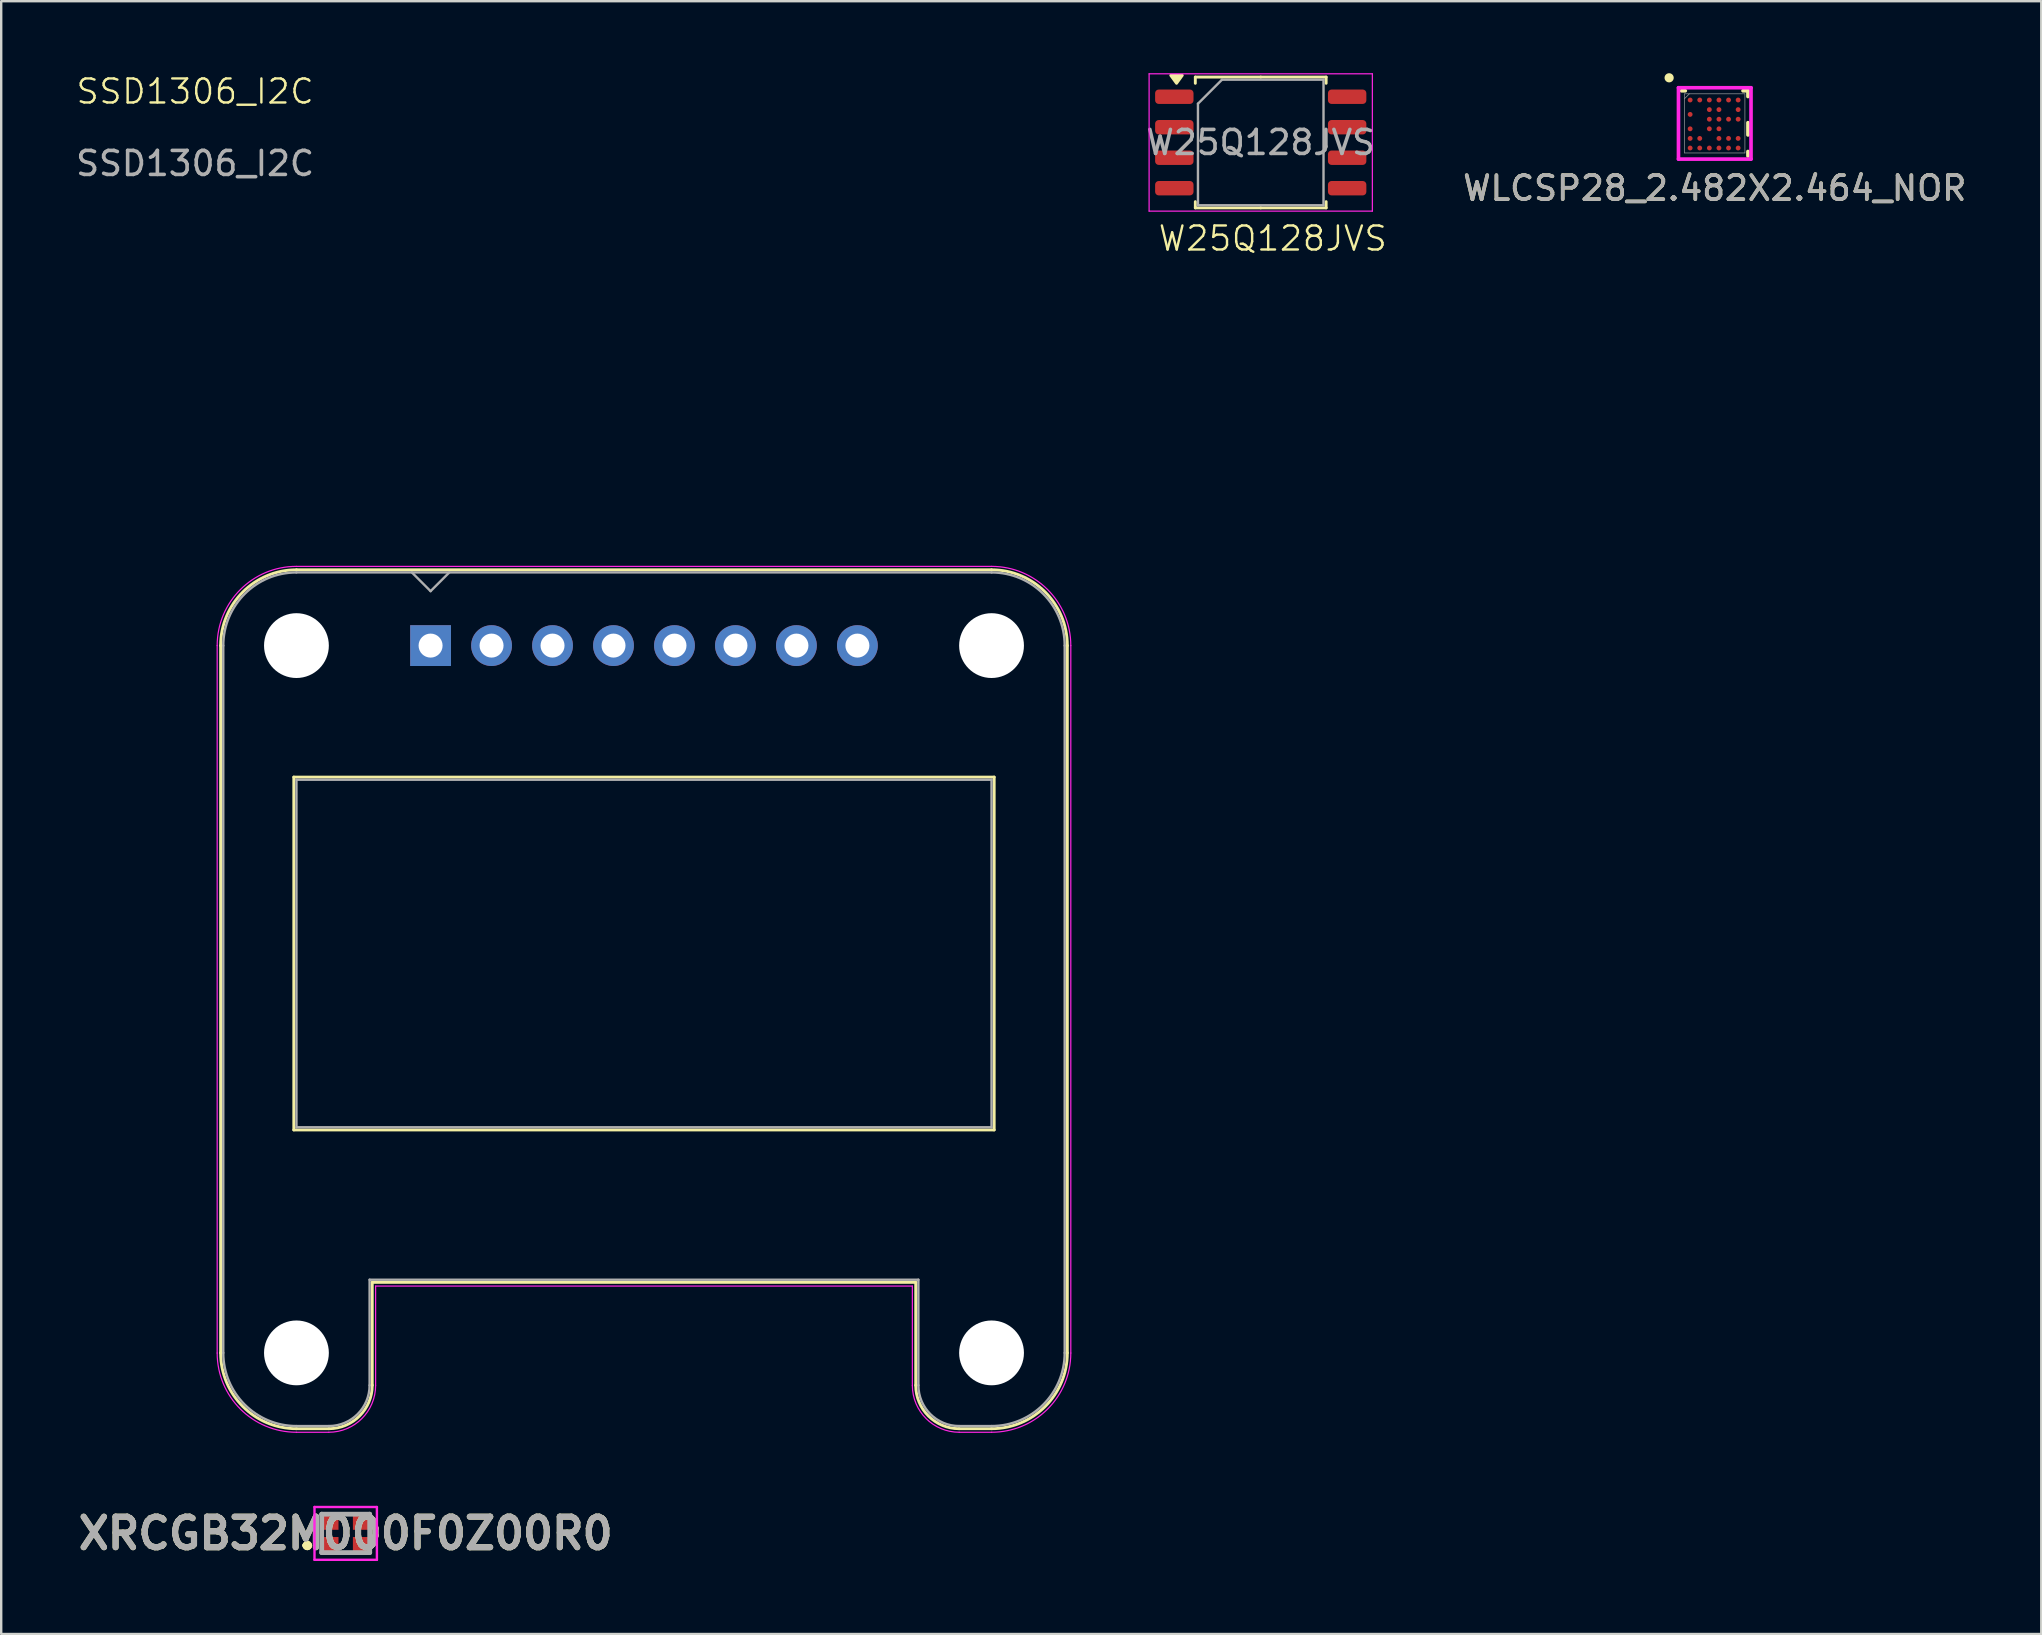
<source format=kicad_pcb>
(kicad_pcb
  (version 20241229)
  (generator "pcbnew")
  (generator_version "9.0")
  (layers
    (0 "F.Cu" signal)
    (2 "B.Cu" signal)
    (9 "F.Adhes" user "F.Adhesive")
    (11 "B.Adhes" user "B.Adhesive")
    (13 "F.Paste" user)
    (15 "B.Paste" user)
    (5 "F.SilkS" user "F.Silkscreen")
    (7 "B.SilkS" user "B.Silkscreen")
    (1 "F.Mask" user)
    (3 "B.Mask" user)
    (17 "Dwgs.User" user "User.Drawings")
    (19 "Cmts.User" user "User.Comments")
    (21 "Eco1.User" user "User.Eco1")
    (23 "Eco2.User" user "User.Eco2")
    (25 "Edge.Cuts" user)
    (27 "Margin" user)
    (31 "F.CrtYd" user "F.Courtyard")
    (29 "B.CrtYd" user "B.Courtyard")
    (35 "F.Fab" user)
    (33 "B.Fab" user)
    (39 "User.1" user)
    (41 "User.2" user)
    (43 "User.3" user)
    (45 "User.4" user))
  (footprint "W25Q128JVS"
    (layer "F.Cu")
    (at 49.469 2.885)
    (property "Reference" "W25Q128JVS" (at 0.5 4 0) (unlocked yes) (layer "F.SilkS") (effects (font (size 1 1) (thickness 0.1))))
    (attr smd)
    (fp_line (start -2.725 -2.725) (end -2.725 -2.465) (stroke (width 0.12) (type solid)) (layer "F.SilkS"))
    (fp_line (start -2.725 2.725) (end -2.725 2.465) (stroke (width 0.12) (type solid)) (layer "F.SilkS"))
    (fp_line (start 0 -2.725) (end -2.725 -2.725) (stroke (width 0.12) (type solid)) (layer "F.SilkS"))
    (fp_line (start 0 -2.725) (end 2.725 -2.725) (stroke (width 0.12) (type solid)) (layer "F.SilkS"))
    (fp_line (start 0 2.725) (end -2.725 2.725) (stroke (width 0.12) (type solid)) (layer "F.SilkS"))
    (fp_line (start 0 2.725) (end 2.725 2.725) (stroke (width 0.12) (type solid)) (layer "F.SilkS"))
    (fp_line (start 2.725 -2.725) (end 2.725 -2.465) (stroke (width 0.12) (type solid)) (layer "F.SilkS"))
    (fp_line (start 2.725 2.725) (end 2.725 2.465) (stroke (width 0.12) (type solid)) (layer "F.SilkS"))
    (fp_poly (pts (xy -3.507 -2.465) (xy -3.748 -2.795) (xy -3.268 -2.795) (xy -3.507 -2.465)) (stroke (width 0.12) (type solid)) (fill yes) (layer "F.SilkS"))
    (fp_line (start -4.65 -2.86) (end -4.65 2.86) (stroke (width 0.05) (type solid)) (layer "F.CrtYd"))
    (fp_line (start -4.65 2.86) (end 4.65 2.86) (stroke (width 0.05) (type solid)) (layer "F.CrtYd"))
    (fp_line (start 4.65 -2.86) (end -4.65 -2.86) (stroke (width 0.05) (type solid)) (layer "F.CrtYd"))
    (fp_line (start 4.65 2.86) (end 4.65 -2.86) (stroke (width 0.05) (type solid)) (layer "F.CrtYd"))
    (fp_line (start -2.615 -1.615) (end -1.615 -2.615) (stroke (width 0.1) (type solid)) (layer "F.Fab"))
    (fp_line (start -2.615 2.615) (end -2.615 -1.615) (stroke (width 0.1) (type solid)) (layer "F.Fab"))
    (fp_line (start -1.615 -2.615) (end 2.615 -2.615) (stroke (width 0.1) (type solid)) (layer "F.Fab"))
    (fp_line (start 2.615 -2.615) (end 2.615 2.615) (stroke (width 0.1) (type solid)) (layer "F.Fab"))
    (fp_line (start 2.615 2.615) (end -2.615 2.615) (stroke (width 0.1) (type solid)) (layer "F.Fab"))
    (fp_text user "${REFERENCE}" (at 0 0 0) (unlocked yes) (layer "F.Fab") (effects (font (size 1 1) (thickness 0.15))))
    (pad "1" smd roundrect (at -3.6 -1.905) (size 1.6 0.6) (layers "F.Cu" "F.Mask" "F.Paste") (roundrect_rratio 0.25))
    (pad "2" smd roundrect (at -3.6 -0.635) (size 1.6 0.6) (layers "F.Cu" "F.Mask" "F.Paste") (roundrect_rratio 0.25))
    (pad "3" smd roundrect (at -3.6 0.635) (size 1.6 0.6) (layers "F.Cu" "F.Mask" "F.Paste") (roundrect_rratio 0.25))
    (pad "4" smd roundrect (at -3.6 1.905) (size 1.6 0.6) (layers "F.Cu" "F.Mask" "F.Paste") (roundrect_rratio 0.25))
    (pad "5" smd roundrect (at 3.6 1.905) (size 1.6 0.6) (layers "F.Cu" "F.Mask" "F.Paste") (roundrect_rratio 0.25))
    (pad "6" smd roundrect (at 3.6 0.635) (size 1.6 0.6) (layers "F.Cu" "F.Mask" "F.Paste") (roundrect_rratio 0.25))
    (pad "7" smd roundrect (at 3.6 -0.635) (size 1.6 0.6) (layers "F.Cu" "F.Mask" "F.Paste") (roundrect_rratio 0.25))
    (pad "8" smd roundrect (at 3.6 -1.905) (size 1.6 0.6) (layers "F.Cu" "F.Mask" "F.Paste") (roundrect_rratio 0.25)))
  (footprint "SSD1306_I2C"
    (layer "F.Cu")
    (at 23.777 18.86)
    (property "Reference" "SSD1306_I2C" (at -18.7 -18.1 0) (unlocked yes) (layer "F.SilkS") (effects (font (size 1 1) (thickness 0.1))))
    (attr through_hole)
    (fp_line (start -17.636 4.984) (end -17.636 34.448) (stroke (width 0.12) (type solid)) (layer "F.SilkS"))
    (fp_line (start -14.588 10.462) (end -14.588 25.16) (stroke (width 0.12) (type solid)) (layer "F.SilkS"))
    (fp_line (start -14.588 10.462) (end 14.588 10.462) (stroke (width 0.12) (type solid)) (layer "F.SilkS"))
    (fp_line (start -14.588 25.16) (end 14.588 25.16) (stroke (width 0.12) (type solid)) (layer "F.SilkS"))
    (fp_line (start -13.128 37.606) (end -14.48 37.606) (stroke (width 0.12) (type solid)) (layer "F.SilkS"))
    (fp_line (start -11.32 31.51) (end -11.32 35.798) (stroke (width 0.12) (type solid)) (layer "F.SilkS"))
    (fp_line (start -11.32 31.51) (end 11.32 31.51) (stroke (width 0.12) (type solid)) (layer "F.SilkS"))
    (fp_line (start 11.32 31.51) (end 11.32 35.798) (stroke (width 0.12) (type solid)) (layer "F.SilkS"))
    (fp_line (start 13.128 37.606) (end 14.48 37.606) (stroke (width 0.12) (type solid)) (layer "F.SilkS"))
    (fp_line (start 14.478 1.826) (end -14.478 1.826) (stroke (width 0.12) (type solid)) (layer "F.SilkS"))
    (fp_line (start 14.588 10.462) (end 14.588 25.16) (stroke (width 0.12) (type solid)) (layer "F.SilkS"))
    (fp_line (start 17.636 4.984) (end 17.636 34.448) (stroke (width 0.12) (type solid)) (layer "F.SilkS"))
    (fp_arc (start -17.636 4.984) (mid -16.711043 2.750957) (end -14.478 1.826) (stroke (width 0.12) (type solid)) (layer "F.SilkS"))
    (fp_arc (start -14.478 37.606) (mid -16.711043 36.681043) (end -17.636 34.448) (stroke (width 0.12) (type solid)) (layer "F.SilkS"))
    (fp_arc (start -11.32 35.796) (mid -11.848137 37.075034) (end -13.126 37.606) (stroke (width 0.12) (type solid)) (layer "F.SilkS"))
    (fp_arc (start 13.126 37.606) (mid 11.848185 37.075015) (end 11.32 35.796) (stroke (width 0.12) (type solid)) (layer "F.SilkS"))
    (fp_arc (start 14.478 1.826) (mid 16.711041 2.750958) (end 17.636 4.984) (stroke (width 0.12) (type solid)) (layer "F.SilkS"))
    (fp_arc (start 17.636 34.448) (mid 16.711043 36.681043) (end 14.478 37.606) (stroke (width 0.12) (type solid)) (layer "F.SilkS"))
    (fp_line (start -17.78 4.984) (end -17.78 34.454) (stroke (width 0.05) (type solid)) (layer "F.CrtYd"))
    (fp_line (start -13.13 37.754) (end -14.48 37.754) (stroke (width 0.05) (type solid)) (layer "F.CrtYd"))
    (fp_line (start -11.18 31.664) (end -11.18 35.804) (stroke (width 0.05) (type solid)) (layer "F.CrtYd"))
    (fp_line (start -11.18 31.664) (end 11.18 31.664) (stroke (width 0.05) (type solid)) (layer "F.CrtYd"))
    (fp_line (start 11.18 31.664) (end 11.18 35.804) (stroke (width 0.05) (type solid)) (layer "F.CrtYd"))
    (fp_line (start 13.13 37.754) (end 14.48 37.754) (stroke (width 0.05) (type solid)) (layer "F.CrtYd"))
    (fp_line (start 14.48 1.684) (end -14.48 1.684) (stroke (width 0.05) (type solid)) (layer "F.CrtYd"))
    (fp_line (start 17.78 4.984) (end 17.78 34.454) (stroke (width 0.05) (type solid)) (layer "F.CrtYd"))
    (fp_arc (start -17.78 4.984) (mid -16.813452 2.650548) (end -14.48 1.684) (stroke (width 0.05) (type solid)) (layer "F.CrtYd"))
    (fp_arc (start -14.48 37.754) (mid -16.813452 36.787452) (end -17.78 34.454) (stroke (width 0.05) (type solid)) (layer "F.CrtYd"))
    (fp_arc (start -11.18 35.804) (mid -11.751142 37.182858) (end -13.13 37.754) (stroke (width 0.05) (type solid)) (layer "F.CrtYd"))
    (fp_arc (start 13.13 37.754) (mid 11.75119 37.182838) (end 11.18 35.804) (stroke (width 0.05) (type solid)) (layer "F.CrtYd"))
    (fp_arc (start 14.48 1.684) (mid 16.81345 2.650548) (end 17.78 4.984) (stroke (width 0.05) (type solid)) (layer "F.CrtYd"))
    (fp_arc (start 17.78 34.454) (mid 16.813452 36.787452) (end 14.48 37.754) (stroke (width 0.05) (type solid)) (layer "F.CrtYd"))
    (fp_line (start -17.526 4.984) (end -17.526 34.448) (stroke (width 0.1) (type solid)) (layer "F.Fab"))
    (fp_line (start -14.478 10.572) (end -14.478 25.05) (stroke (width 0.1) (type solid)) (layer "F.Fab"))
    (fp_line (start -14.478 10.572) (end 14.478 10.572) (stroke (width 0.1) (type solid)) (layer "F.Fab"))
    (fp_line (start -14.478 25.05) (end 14.478 25.05) (stroke (width 0.1) (type solid)) (layer "F.Fab"))
    (fp_line (start -13.128 37.496) (end -14.48 37.496) (stroke (width 0.1) (type solid)) (layer "F.Fab"))
    (fp_line (start -11.43 31.4) (end -11.43 35.798) (stroke (width 0.1) (type solid)) (layer "F.Fab"))
    (fp_line (start -11.43 31.4) (end 11.43 31.4) (stroke (width 0.1) (type solid)) (layer "F.Fab"))
    (fp_line (start -9.67 1.936) (end -8.89 2.716) (stroke (width 0.1) (type solid)) (layer "F.Fab"))
    (fp_line (start -8.89 2.716) (end -8.11 1.936) (stroke (width 0.1) (type solid)) (layer "F.Fab"))
    (fp_line (start 11.43 31.4) (end 11.43 35.798) (stroke (width 0.1) (type solid)) (layer "F.Fab"))
    (fp_line (start 13.128 37.496) (end 14.48 37.496) (stroke (width 0.1) (type solid)) (layer "F.Fab"))
    (fp_line (start 14.478 1.936) (end -14.478 1.936) (stroke (width 0.1) (type solid)) (layer "F.Fab"))
    (fp_line (start 14.478 10.572) (end 14.478 25.05) (stroke (width 0.1) (type solid)) (layer "F.Fab"))
    (fp_line (start 17.526 4.984) (end 17.526 34.448) (stroke (width 0.1) (type solid)) (layer "F.Fab"))
    (fp_arc (start -17.526 4.986) (mid -16.634676 2.830153) (end -14.48 1.936) (stroke (width 0.1) (type solid)) (layer "F.Fab"))
    (fp_arc (start -14.48 37.496) (mid -16.634678 36.601848) (end -17.526 34.446) (stroke (width 0.1) (type solid)) (layer "F.Fab"))
    (fp_arc (start -11.43 35.796) (mid -11.925919 36.997253) (end -13.126 37.496) (stroke (width 0.1) (type solid)) (layer "F.Fab"))
    (fp_arc (start 13.126 37.496) (mid 11.925967 36.997233) (end 11.43 35.796) (stroke (width 0.1) (type solid)) (layer "F.Fab"))
    (fp_arc (start 14.478 1.936) (mid 16.633259 2.828739) (end 17.526 4.984) (stroke (width 0.1) (type solid)) (layer "F.Fab"))
    (fp_arc (start 17.526 34.448) (mid 16.633261 36.603261) (end 14.478 37.496) (stroke (width 0.1) (type solid)) (layer "F.Fab"))
    (fp_text user "${REFERENCE}" (at -18.7 -15.1 0) (unlocked yes) (layer "F.Fab") (effects (font (size 1 1) (thickness 0.15))))
    (pad "" np_thru_hole circle (at -14.478 4.984) (size 2.7 2.7) (drill 2.7) (layers "*.Cu" "*.Mask"))
    (pad "" np_thru_hole circle (at -14.478 34.448) (size 2.7 2.7) (drill 2.7) (layers "*.Cu" "*.Mask"))
    (pad "" np_thru_hole circle (at 14.478 4.984) (size 2.7 2.7) (drill 2.7) (layers "*.Cu" "*.Mask"))
    (pad "" np_thru_hole circle (at 14.478 34.448) (size 2.7 2.7) (drill 2.7) (layers "*.Cu" "*.Mask"))
    (pad "1" thru_hole rect (at -8.89 4.984) (size 1.7 1.7) (drill 1) (layers "*.Cu" "*.Mask"))
    (pad "2" thru_hole circle (at -6.35 4.984) (size 1.7 1.7) (drill 1) (layers "*.Cu" "*.Mask"))
    (pad "3" thru_hole circle (at -3.81 4.984) (size 1.7 1.7) (drill 1) (layers "*.Cu" "*.Mask"))
    (pad "4" thru_hole circle (at -1.27 4.984) (size 1.7 1.7) (drill 1) (layers "*.Cu" "*.Mask"))
    (pad "5" thru_hole circle (at 1.27 4.984) (size 1.7 1.7) (drill 1) (layers "*.Cu" "*.Mask"))
    (pad "6" thru_hole circle (at 3.81 4.984) (size 1.7 1.7) (drill 1) (layers "*.Cu" "*.Mask"))
    (pad "7" thru_hole circle (at 6.35 4.984) (size 1.7 1.7) (drill 1) (layers "*.Cu" "*.Mask"))
    (pad "8" thru_hole circle (at 8.89 4.984) (size 1.7 1.7) (drill 1) (layers "*.Cu" "*.Mask")))
  (footprint "XRCGB32M000F0Z00R0"
    (layer "F.Cu")
    (at 11.351 60.828)
    (property "Reference" "XRCGB32M000F0Z00R0" (at 0 0 0) (layer "F.SilkS") (effects (font (size 1.27 1.27) (thickness 0.254))))
    (attr smd)
    (fp_line (start -1.7 0.5) (end -1.7 0.5) (stroke (width 0.2) (type solid)) (layer "F.SilkS"))
    (fp_line (start -1.7 0.5) (end -1.7 0.5) (stroke (width 0.2) (type solid)) (layer "F.SilkS"))
    (fp_line (start -1.5 0.5) (end -1.5 0.5) (stroke (width 0.2) (type solid)) (layer "F.SilkS"))
    (fp_arc (start -1.7 0.5) (mid -1.6 0.4) (end -1.5 0.5) (stroke (width 0.2) (type solid)) (layer "F.SilkS"))
    (fp_arc (start -1.5 0.5) (mid -1.6 0.6) (end -1.7 0.5) (stroke (width 0.2) (type solid)) (layer "F.SilkS"))
    (fp_arc (start -1.5 0.5) (mid -1.6 0.6) (end -1.7 0.5) (stroke (width 0.2) (type solid)) (layer "F.SilkS"))
    (fp_line (start -1.3 -1.1) (end 1.3 -1.1) (stroke (width 0.1) (type solid)) (layer "F.CrtYd"))
    (fp_line (start -1.3 1.1) (end -1.3 -1.1) (stroke (width 0.1) (type solid)) (layer "F.CrtYd"))
    (fp_line (start 1.3 -1.1) (end 1.3 1.1) (stroke (width 0.1) (type solid)) (layer "F.CrtYd"))
    (fp_line (start 1.3 1.1) (end -1.3 1.1) (stroke (width 0.1) (type solid)) (layer "F.CrtYd"))
    (fp_line (start -1 -0.8) (end 1 -0.8) (stroke (width 0.2) (type solid)) (layer "F.Fab"))
    (fp_line (start -1 0.8) (end -1 -0.8) (stroke (width 0.2) (type solid)) (layer "F.Fab"))
    (fp_line (start 1 -0.8) (end 1 0.8) (stroke (width 0.2) (type solid)) (layer "F.Fab"))
    (fp_line (start 1 0.8) (end -1 0.8) (stroke (width 0.2) (type solid)) (layer "F.Fab"))
    (fp_text user "${REFERENCE}" (at 0 0 0) (layer "F.Fab") (effects (font (size 1.27 1.27) (thickness 0.254))))
    (pad "1" smd rect (at -0.675 0.5 90) (size 0.7 0.75) (layers "F.Cu" "F.Mask" "F.Paste"))
    (pad "2" smd rect (at 0.675 0.5 90) (size 0.7 0.75) (layers "F.Cu" "F.Mask" "F.Paste"))
    (pad "3" smd rect (at 0.675 -0.5 90) (size 0.7 0.75) (layers "F.Cu" "F.Mask" "F.Paste"))
    (pad "4" smd rect (at -0.675 -0.5 90) (size 0.7 0.75) (layers "F.Cu" "F.Mask" "F.Paste")))
  (footprint "WLCSP28_2.482X2.464_NOR"
    (layer "F.Cu")
    (at 68.382 2.091)
    (property "Reference" "WLCSP28_2.482X2.464_NOR" (at 0 2.7 0) (unlocked yes) (layer "F.SilkS") (effects (font (size 1 1) (thickness 0.15))))
    (attr smd)
    (fp_line (start -1.384 -1.359) (end -1.228 -1.359) (stroke (width 0.152) (type solid)) (layer "F.SilkS"))
    (fp_line (start 1.178 -1.359) (end 1.384 -1.359) (stroke (width 0.152) (type solid)) (layer "F.SilkS"))
    (fp_line (start 1.384 -1.359) (end 1.384 -1.12) (stroke (width 0.152) (type solid)) (layer "F.SilkS"))
    (fp_line (start 1.384 -0.03) (end 1.384 0.48) (stroke (width 0.152) (type solid)) (layer "F.SilkS"))
    (fp_line (start 1.384 1.17) (end 1.384 1.359) (stroke (width 0.152) (type solid)) (layer "F.SilkS"))
    (fp_circle (center -1.9 -1.9) (end -1.759 -1.9) (stroke (width 0.1) (type solid)) (fill yes) (layer "F.SilkS"))
    (fp_poly (pts (xy -1.645 -1.645) (xy 1.645 -1.645) (xy 1.645 1.645) (xy -1.645 1.645)) (stroke (width 0.1) (type solid)) (fill no) (layer "Eco2.User"))
    (fp_line (start -1.511 -1.486) (end 1.511 -1.486) (stroke (width 0.152) (type solid)) (layer "F.CrtYd"))
    (fp_line (start -1.511 1.486) (end -1.511 -1.486) (stroke (width 0.152) (type solid)) (layer "F.CrtYd"))
    (fp_line (start 1.511 -1.486) (end 1.511 1.486) (stroke (width 0.152) (type solid)) (layer "F.CrtYd"))
    (fp_line (start 1.511 1.486) (end -1.511 1.486) (stroke (width 0.152) (type solid)) (layer "F.CrtYd"))
    (fp_line (start -1.257 -1.232) (end -1.257 1.232) (stroke (width 0.025) (type solid)) (layer "F.Fab"))
    (fp_line (start -1.257 1.232) (end 1.257 1.232) (stroke (width 0.025) (type solid)) (layer "F.Fab"))
    (fp_line (start -1.057 -1.232) (end -1.257 -1.032) (stroke (width 0.025) (type solid)) (layer "F.Fab"))
    (fp_line (start 1.257 -1.232) (end -1.257 -1.232) (stroke (width 0.025) (type solid)) (layer "F.Fab"))
    (fp_line (start 1.257 1.232) (end 1.257 -1.232) (stroke (width 0.025) (type solid)) (layer "F.Fab"))
    (fp_text user "${REFERENCE}" (at 0 2.7 0) (unlocked yes) (layer "F.Fab") (effects (font (size 1 1) (thickness 0.15))))
    (pad "A1" smd circle (at -1.025 -0.975) (size 0.203 0.203) (layers "F.Cu" "F.Mask" "F.Paste"))
    (pad "A2" smd circle (at -0.625 -0.975) (size 0.203 0.203) (layers "F.Cu" "F.Mask" "F.Paste"))
    (pad "A3" smd circle (at -0.225 -0.975) (size 0.203 0.203) (layers "F.Cu" "F.Mask" "F.Paste"))
    (pad "A4" smd circle (at 0.175 -0.975) (size 0.203 0.203) (layers "F.Cu" "F.Mask" "F.Paste"))
    (pad "A5" smd circle (at 0.575 -0.975) (size 0.203 0.203) (layers "F.Cu" "F.Mask" "F.Paste"))
    (pad "A6" smd circle (at 0.975 -0.975) (size 0.203 0.203) (layers "F.Cu" "F.Mask" "F.Paste"))
    (pad "B3" smd circle (at -0.225 -0.575) (size 0.203 0.203) (layers "F.Cu" "F.Mask" "F.Paste"))
    (pad "B4" smd circle (at 0.175 -0.575) (size 0.203 0.203) (layers "F.Cu" "F.Mask" "F.Paste"))
    (pad "B6" smd circle (at 0.975 -0.575) (size 0.203 0.203) (layers "F.Cu" "F.Mask" "F.Paste"))
    (pad "C1" smd circle (at -1.025 -0.375) (size 0.203 0.203) (layers "F.Cu" "F.Mask" "F.Paste"))
    (pad "D3" smd circle (at -0.225 -0.175) (size 0.203 0.203) (layers "F.Cu" "F.Mask" "F.Paste"))
    (pad "D4" smd circle (at 0.175 -0.175) (size 0.203 0.203) (layers "F.Cu" "F.Mask" "F.Paste"))
    (pad "D5" smd circle (at 0.575 -0.175) (size 0.203 0.203) (layers "F.Cu" "F.Mask" "F.Paste"))
    (pad "D6" smd circle (at 0.975 -0.175) (size 0.203 0.203) (layers "F.Cu" "F.Mask" "F.Paste"))
    (pad "E1" smd circle (at -1.025 0.225) (size 0.203 0.203) (layers "F.Cu" "F.Mask" "F.Paste"))
    (pad "E3" smd circle (at -0.225 0.225) (size 0.203 0.203) (layers "F.Cu" "F.Mask" "F.Paste"))
    (pad "E4" smd circle (at 0.175 0.225) (size 0.203 0.203) (layers "F.Cu" "F.Mask" "F.Paste"))
    (pad "F1" smd circle (at -1.025 0.625) (size 0.203 0.203) (layers "F.Cu" "F.Mask" "F.Paste"))
    (pad "F2" smd circle (at -0.625 0.625) (size 0.203 0.203) (layers "F.Cu" "F.Mask" "F.Paste"))
    (pad "F4" smd circle (at 0.175 0.625) (size 0.203 0.203) (layers "F.Cu" "F.Mask" "F.Paste"))
    (pad "F5" smd circle (at 0.575 0.625) (size 0.203 0.203) (layers "F.Cu" "F.Mask" "F.Paste"))
    (pad "F6" smd circle (at 0.975 0.625) (size 0.203 0.203) (layers "F.Cu" "F.Mask" "F.Paste"))
    (pad "G1" smd circle (at -1.025 1.025) (size 0.203 0.203) (layers "F.Cu" "F.Mask" "F.Paste"))
    (pad "G2" smd circle (at -0.625 1.025) (size 0.203 0.203) (layers "F.Cu" "F.Mask" "F.Paste"))
    (pad "G3" smd circle (at -0.225 1.025) (size 0.203 0.203) (layers "F.Cu" "F.Mask" "F.Paste"))
    (pad "G4" smd circle (at 0.175 1.025) (size 0.203 0.203) (layers "F.Cu" "F.Mask" "F.Paste"))
    (pad "G5" smd circle (at 0.575 1.025) (size 0.203 0.203) (layers "F.Cu" "F.Mask" "F.Paste"))
    (pad "G6" smd circle (at 0.975 1.025) (size 0.203 0.203) (layers "F.Cu" "F.Mask" "F.Paste")))
  (gr_rect
    (start -3 -3)
    (end 81.984 65.017)
    (stroke (width 0.1) (type default))
    (fill no)
    (layer "Edge.Cuts")))
</source>
